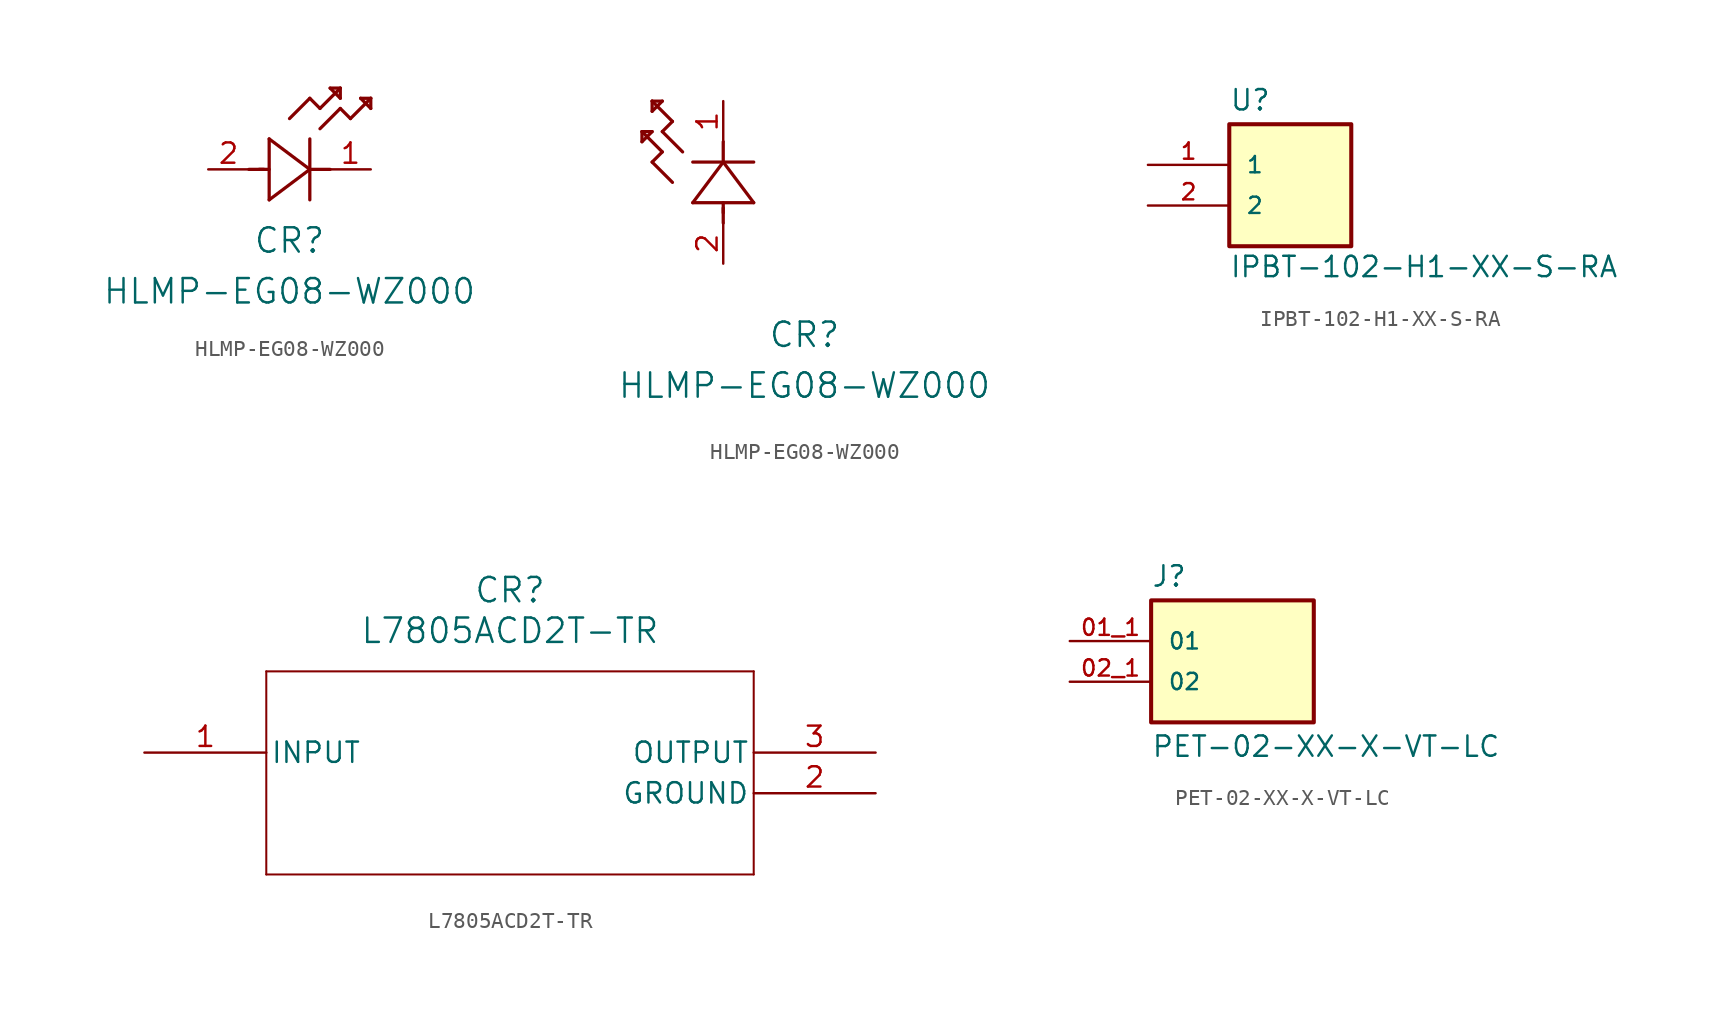
<source format=kicad_sym>
(kicad_symbol_lib
  (version 20241209)
  (generator "kicad_symbol_editor")
  (generator_version "9.0")
  (symbol "HLMP-EG08-WZ000"
    (pin_names
      (offset 0.254))
    (property "Reference" "CR"
      (at 5.08 -4.445 0)
      (effects (font (size 1.524 1.524))))
    (property "Value" "HLMP-EG08-WZ000"
      (at 5.08 -7.62 0)
      (effects (font (size 1.524 1.524))))
    (property "ki_locked" ""
      (at 0 0 0)
      (effects (font (size 1.27 1.27))))
    (symbol "HLMP-EG08-WZ000_1_1"
      (polyline (pts (xy 2.54 0) (xy 3.48 0)) (stroke (width 0.203) (type default)) (fill (type none)))
      (polyline (pts (xy 3.175 0) (xy 3.81 0)) (stroke (width 0.203) (type default)) (fill (type none)))
      (polyline (pts (xy 3.81 1.905) (xy 3.81 -1.905)) (stroke (width 0.203) (type default)) (fill (type none)))
      (polyline (pts (xy 3.81 -1.905) (xy 6.35 0)) (stroke (width 0.203) (type default)) (fill (type none)))
      (polyline (pts (xy 5.08 3.175) (xy 6.35 4.445)) (stroke (width 0.203) (type default)) (fill (type none)))
      (polyline (pts (xy 6.35 4.445) (xy 6.985 3.81)) (stroke (width 0.203) (type default)) (fill (type none)))
      (polyline (pts (xy 6.35 0) (xy 3.81 1.905)) (stroke (width 0.203) (type default)) (fill (type none)))
      (polyline (pts (xy 6.35 0) (xy 7.62 0)) (stroke (width 0.203) (type default)) (fill (type none)))
      (polyline (pts (xy 6.35 -1.905) (xy 6.35 1.905)) (stroke (width 0.203) (type default)) (fill (type none)))
      (polyline (pts (xy 6.985 3.81) (xy 8.255 5.08)) (stroke (width 0.203) (type default)) (fill (type none)))
      (polyline (pts (xy 6.985 2.54) (xy 8.255 3.81)) (stroke (width 0.203) (type default)) (fill (type none)))
      (polyline (pts (xy 7.62 5.08) (xy 8.255 4.445)) (stroke (width 0.203) (type default)) (fill (type none)))
      (polyline (pts (xy 8.255 5.08) (xy 7.62 5.08)) (stroke (width 0.203) (type default)) (fill (type none)))
      (polyline (pts (xy 8.255 4.445) (xy 8.255 5.08)) (stroke (width 0.203) (type default)) (fill (type none)))
      (polyline (pts (xy 8.255 3.81) (xy 8.89 3.175)) (stroke (width 0.203) (type default)) (fill (type none)))
      (polyline (pts (xy 8.89 3.175) (xy 10.16 4.445)) (stroke (width 0.203) (type default)) (fill (type none)))
      (polyline (pts (xy 9.525 4.445) (xy 10.16 3.81)) (stroke (width 0.203) (type default)) (fill (type none)))
      (polyline (pts (xy 10.16 4.445) (xy 9.525 4.445)) (stroke (width 0.203) (type default)) (fill (type none)))
      (polyline (pts (xy 10.16 3.81) (xy 10.16 4.445)) (stroke (width 0.203) (type default)) (fill (type none)))
      (pin unspecified line (at 0 0 0) (length 2.54) (name "" (effects (font (size 1.27 1.27)))) (number "2" (effects (font (size 1.27 1.27)))))
      (pin unspecified line (at 10.16 0 180) (length 2.54) (name "" (effects (font (size 1.27 1.27)))) (number "1" (effects (font (size 1.27 1.27))))))
    (symbol "HLMP-EG08-WZ000_1_2"
      (polyline (pts (xy -5.08 8.255) (xy -5.08 7.62)) (stroke (width 0.203) (type default)) (fill (type none)))
      (polyline (pts (xy -5.08 7.62) (xy -4.445 8.255)) (stroke (width 0.203) (type default)) (fill (type none)))
      (polyline (pts (xy -4.445 10.16) (xy -4.445 9.525)) (stroke (width 0.203) (type default)) (fill (type none)))
      (polyline (pts (xy -4.445 9.525) (xy -3.81 10.16)) (stroke (width 0.203) (type default)) (fill (type none)))
      (polyline (pts (xy -4.445 8.255) (xy -5.08 8.255)) (stroke (width 0.203) (type default)) (fill (type none)))
      (polyline (pts (xy -4.445 6.35) (xy -3.81 6.985)) (stroke (width 0.203) (type default)) (fill (type none)))
      (polyline (pts (xy -3.81 10.16) (xy -4.445 10.16)) (stroke (width 0.203) (type default)) (fill (type none)))
      (polyline (pts (xy -3.81 8.255) (xy -3.175 8.89)) (stroke (width 0.203) (type default)) (fill (type none)))
      (polyline (pts (xy -3.81 6.985) (xy -5.08 8.255)) (stroke (width 0.203) (type default)) (fill (type none)))
      (polyline (pts (xy -3.175 8.89) (xy -4.445 10.16)) (stroke (width 0.203) (type default)) (fill (type none)))
      (polyline (pts (xy -3.175 5.08) (xy -4.445 6.35)) (stroke (width 0.203) (type default)) (fill (type none)))
      (polyline (pts (xy -2.54 6.985) (xy -3.81 8.255)) (stroke (width 0.203) (type default)) (fill (type none)))
      (polyline (pts (xy -1.905 3.81) (xy 1.905 3.81)) (stroke (width 0.203) (type default)) (fill (type none)))
      (polyline (pts (xy 0 6.35) (xy -1.905 3.81)) (stroke (width 0.203) (type default)) (fill (type none)))
      (polyline (pts (xy 0 6.35) (xy 0 7.62)) (stroke (width 0.203) (type default)) (fill (type none)))
      (polyline (pts (xy 0 3.175) (xy 0 3.81)) (stroke (width 0.203) (type default)) (fill (type none)))
      (polyline (pts (xy 0 2.54) (xy 0 3.48)) (stroke (width 0.203) (type default)) (fill (type none)))
      (polyline (pts (xy 1.905 6.35) (xy -1.905 6.35)) (stroke (width 0.203) (type default)) (fill (type none)))
      (polyline (pts (xy 1.905 3.81) (xy 0 6.35)) (stroke (width 0.203) (type default)) (fill (type none)))
      (pin unspecified line (at 0 10.16 270) (length 2.54) (name "" (effects (font (size 1.27 1.27)))) (number "1" (effects (font (size 1.27 1.27)))))
      (pin unspecified line (at 0 0 90) (length 2.54) (name "" (effects (font (size 1.27 1.27)))) (number "2" (effects (font (size 1.27 1.27)))))))
  (symbol "IPBT-102-H1-XX-S-RA"
    (pin_names
      (offset 1.016))
    (property "Reference" "U"
      (at 5.08 3.302 0)
      (effects (font (size 1.27 1.27)) (justify left bottom)))
    (property "Value" "IPBT-102-H1-XX-S-RA"
      (at 5.08 -7.112 0)
      (effects (font (size 1.27 1.27)) (justify left bottom)))
    (symbol "IPBT-102-H1-XX-S-RA_0_0"
      (rectangle (start 5.08 -5.08) (end 12.7 2.54) (stroke (width 0.254) (type default)) (fill (type background)))
      (pin bidirectional line (at 0 0 0) (length 5.08) (name "1" (effects (font (size 1.016 1.016)))) (number "1" (effects (font (size 1.016 1.016)))))
      (pin bidirectional line (at 0 -2.54 0) (length 5.08) (name "2" (effects (font (size 1.016 1.016)))) (number "2" (effects (font (size 1.016 1.016)))))))
  (symbol "L7805ACD2T-TR"
    (pin_names
      (offset 0.254))
    (property "Reference" "CR"
      (at 22.86 10.16 0)
      (effects (font (size 1.524 1.524))))
    (property "Value" "L7805ACD2T-TR"
      (at 22.86 7.62 0)
      (effects (font (size 1.524 1.524))))
    (property "ki_locked" ""
      (at 0 0 0)
      (effects (font (size 1.27 1.27))))
    (symbol "L7805ACD2T-TR_0_1"
      (polyline (pts (xy 7.62 5.08) (xy 7.62 -7.62)) (stroke (width 0.127) (type default)) (fill (type none)))
      (polyline (pts (xy 7.62 -7.62) (xy 38.1 -7.62)) (stroke (width 0.127) (type default)) (fill (type none)))
      (polyline (pts (xy 38.1 5.08) (xy 7.62 5.08)) (stroke (width 0.127) (type default)) (fill (type none)))
      (polyline (pts (xy 38.1 -7.62) (xy 38.1 5.08)) (stroke (width 0.127) (type default)) (fill (type none)))
      (pin input line (at 0 0 0) (length 7.62) (name "INPUT" (effects (font (size 1.27 1.27)))) (number "1" (effects (font (size 1.27 1.27)))))
      (pin output line (at 45.72 0 180) (length 7.62) (name "OUTPUT" (effects (font (size 1.27 1.27)))) (number "3" (effects (font (size 1.27 1.27)))))
      (pin power_out line (at 45.72 -2.54 180) (length 7.62) (name "GROUND" (effects (font (size 1.27 1.27)))) (number "2" (effects (font (size 1.27 1.27)))))))
  (symbol "PET-02-XX-X-VT-LC"
    (pin_names
      (offset 1.016))
    (property "Reference" "J"
      (at -5.08 3.302 0)
      (effects (font (size 1.27 1.27)) (justify left bottom)))
    (property "Value" "PET-02-XX-X-VT-LC"
      (at -5.08 -5.842 0)
      (effects (font (size 1.27 1.27)) (justify left top)))
    (symbol "PET-02-XX-X-VT-LC_0_0"
      (rectangle (start -5.08 -5.08) (end 5.08 2.54) (stroke (width 0.254) (type default)) (fill (type background)))
      (pin power_in line (at -10.16 0 0) (length 5.08) (name "01" (effects (font (size 1.016 1.016)))) (number "01_1" (effects (font (size 1.016 1.016)))))
      (pin power_in line (at -10.16 0 0) (length 5.08) (hide yes) (name "01" (effects (font (size 1.016 1.016)))) (number "01_2" (effects (font (size 1.016 1.016)))))
      (pin power_in line (at -10.16 0 0) (length 5.08) (hide yes) (name "01" (effects (font (size 1.016 1.016)))) (number "01_3" (effects (font (size 1.016 1.016)))))
      (pin power_in line (at -10.16 0 0) (length 5.08) (hide yes) (name "01" (effects (font (size 1.016 1.016)))) (number "01_4" (effects (font (size 1.016 1.016)))))
      (pin power_in line (at -10.16 0 0) (length 5.08) (hide yes) (name "01" (effects (font (size 1.016 1.016)))) (number "01_5" (effects (font (size 1.016 1.016)))))
      (pin power_in line (at -10.16 0 0) (length 5.08) (hide yes) (name "01" (effects (font (size 1.016 1.016)))) (number "01_6" (effects (font (size 1.016 1.016)))))
      (pin power_in line (at -10.16 0 0) (length 5.08) (hide yes) (name "01" (effects (font (size 1.016 1.016)))) (number "01_7" (effects (font (size 1.016 1.016)))))
      (pin power_in line (at -10.16 0 0) (length 5.08) (hide yes) (name "01" (effects (font (size 1.016 1.016)))) (number "01_8" (effects (font (size 1.016 1.016)))))
      (pin power_in line (at -10.16 -2.54 0) (length 5.08) (name "02" (effects (font (size 1.016 1.016)))) (number "02_1" (effects (font (size 1.016 1.016)))))
      (pin power_in line (at -10.16 -2.54 0) (length 5.08) (hide yes) (name "02" (effects (font (size 1.016 1.016)))) (number "02_2" (effects (font (size 1.016 1.016)))))
      (pin power_in line (at -10.16 -2.54 0) (length 5.08) (hide yes) (name "02" (effects (font (size 1.016 1.016)))) (number "02_3" (effects (font (size 1.016 1.016)))))
      (pin power_in line (at -10.16 -2.54 0) (length 5.08) (hide yes) (name "02" (effects (font (size 1.016 1.016)))) (number "02_4" (effects (font (size 1.016 1.016)))))
      (pin power_in line (at -10.16 -2.54 0) (length 5.08) (hide yes) (name "02" (effects (font (size 1.016 1.016)))) (number "02_5" (effects (font (size 1.016 1.016)))))
      (pin power_in line (at -10.16 -2.54 0) (length 5.08) (hide yes) (name "02" (effects (font (size 1.016 1.016)))) (number "02_6" (effects (font (size 1.016 1.016)))))
      (pin power_in line (at -10.16 -2.54 0) (length 5.08) (hide yes) (name "02" (effects (font (size 1.016 1.016)))) (number "02_7" (effects (font (size 1.016 1.016)))))
      (pin power_in line (at -10.16 -2.54 0) (length 5.08) (hide yes) (name "02" (effects (font (size 1.016 1.016)))) (number "02_8" (effects (font (size 1.016 1.016))))))))
</source>
